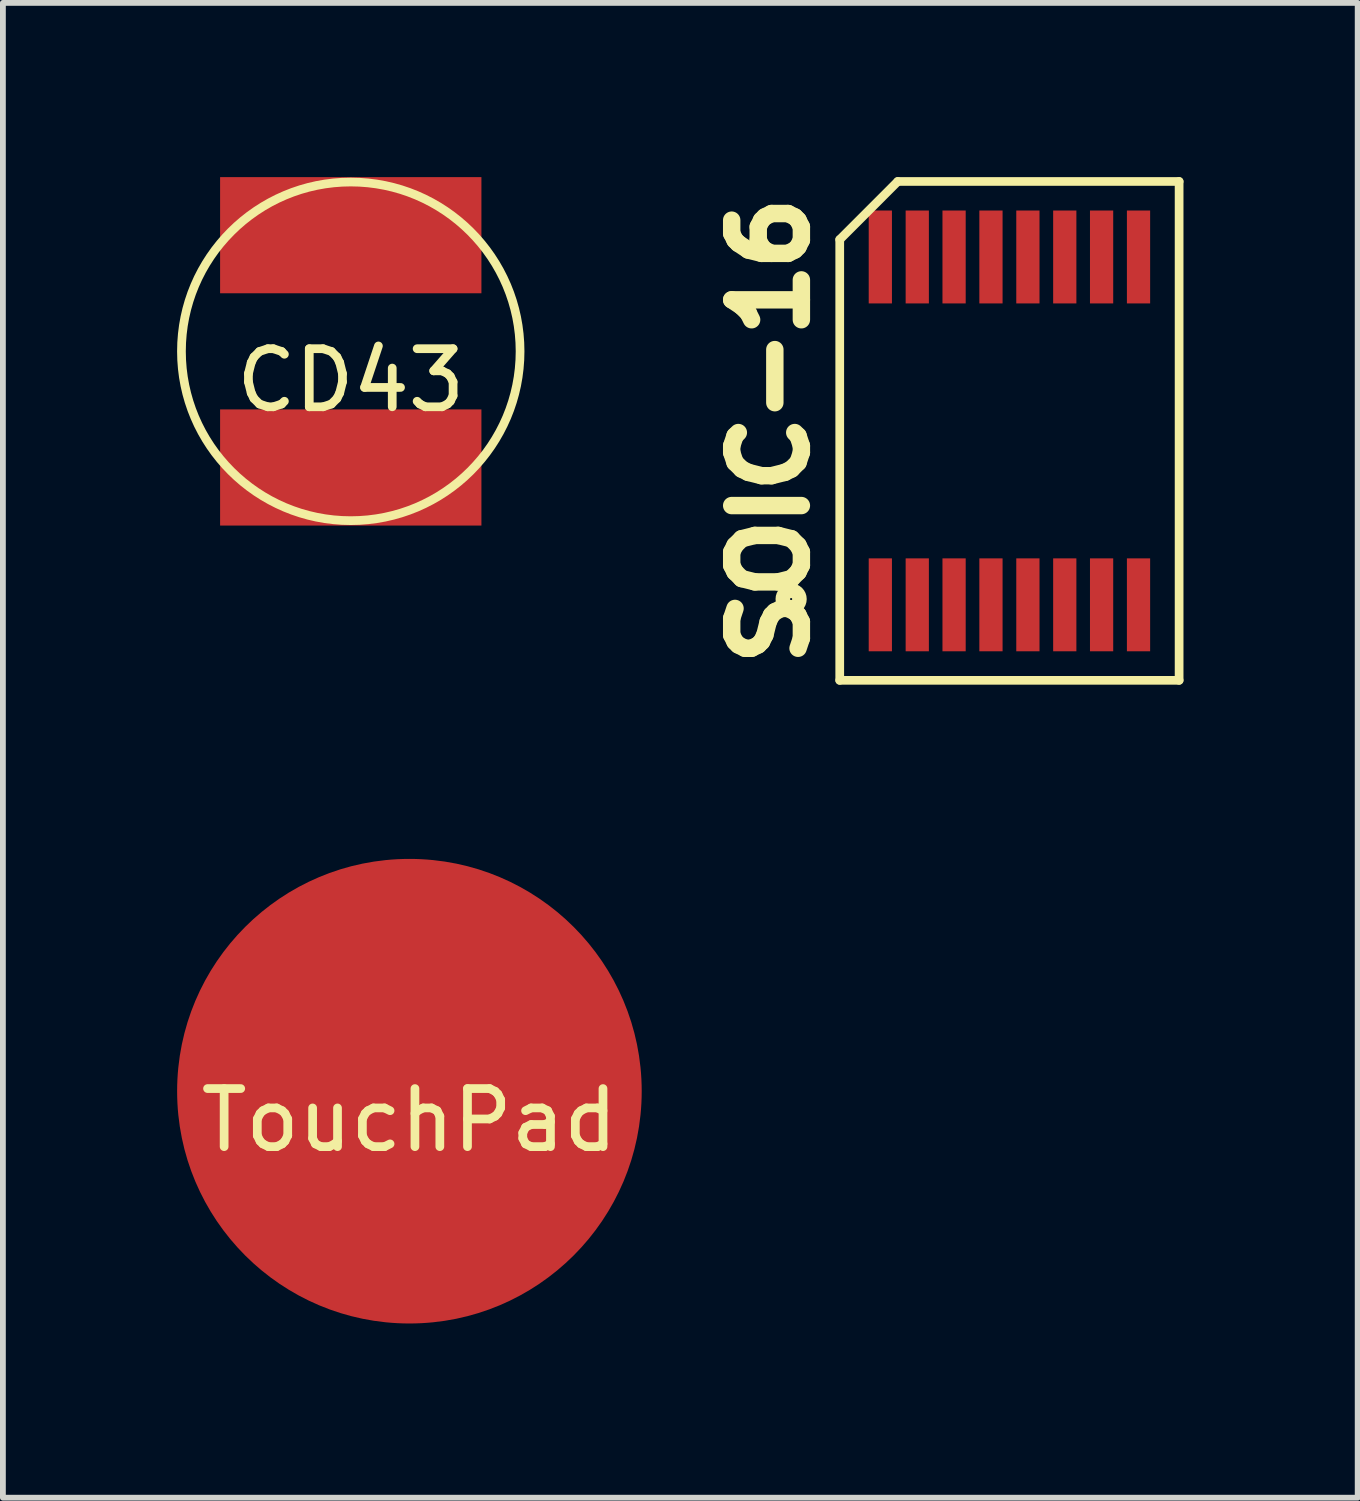
<source format=kicad_pcb>
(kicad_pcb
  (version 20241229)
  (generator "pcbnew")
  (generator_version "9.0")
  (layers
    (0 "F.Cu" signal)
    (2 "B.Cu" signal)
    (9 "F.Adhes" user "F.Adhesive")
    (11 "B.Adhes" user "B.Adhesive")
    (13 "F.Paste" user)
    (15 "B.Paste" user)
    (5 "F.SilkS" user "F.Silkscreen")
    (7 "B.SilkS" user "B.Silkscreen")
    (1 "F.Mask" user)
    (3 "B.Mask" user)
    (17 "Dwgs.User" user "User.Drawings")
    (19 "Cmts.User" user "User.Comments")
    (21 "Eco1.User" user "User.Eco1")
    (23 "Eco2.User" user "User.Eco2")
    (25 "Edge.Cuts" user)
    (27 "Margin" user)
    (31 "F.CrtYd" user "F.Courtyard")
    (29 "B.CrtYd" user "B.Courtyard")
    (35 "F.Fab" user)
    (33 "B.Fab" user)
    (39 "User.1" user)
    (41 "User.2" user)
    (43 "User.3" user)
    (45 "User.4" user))
  (footprint "SOIC-16"
    (layer "F.Cu")
    (at 14.332 4.37)
    (property "Reference" "SOIC-16" (at -4.122 0 90) (layer "F.SilkS") (effects (font (size 1.2 1.2) (thickness 0.3))))
    (attr through_hole)
    (fp_line (start -2.922 -3.295) (end -2.922 4.295) (stroke (width 0.15) (type solid)) (layer "F.SilkS"))
    (fp_line (start -2.922 4.295) (end 2.922 4.295) (stroke (width 0.15) (type solid)) (layer "F.SilkS"))
    (fp_line (start -1.923 -4.295) (end -2.922 -3.295) (stroke (width 0.15) (type solid)) (layer "F.SilkS"))
    (fp_line (start 2.922 -4.295) (end -1.923 -4.295) (stroke (width 0.15) (type solid)) (layer "F.SilkS"))
    (fp_line (start 2.922 4.295) (end 2.922 -4.295) (stroke (width 0.15) (type solid)) (layer "F.SilkS"))
    (fp_circle (center -3.759 2.896) (end -3.658 2.794) (stroke (width 0.25) (type solid)) (fill no) (layer "F.SilkS"))
    (pad "1" smd rect (at -2.223 2.995) (size 0.4 1.6) (layers "F.Cu" "F.Mask" "F.Paste"))
    (pad "2" smd rect (at -1.587 2.995) (size 0.4 1.6) (layers "F.Cu" "F.Mask" "F.Paste"))
    (pad "3" smd rect (at -0.953 2.995) (size 0.4 1.6) (layers "F.Cu" "F.Mask" "F.Paste"))
    (pad "4" smd rect (at -0.318 2.995) (size 0.4 1.6) (layers "F.Cu" "F.Mask" "F.Paste"))
    (pad "5" smd rect (at 0.318 2.995) (size 0.4 1.6) (layers "F.Cu" "F.Mask" "F.Paste"))
    (pad "6" smd rect (at 0.953 2.995) (size 0.4 1.6) (layers "F.Cu" "F.Mask" "F.Paste"))
    (pad "7" smd rect (at 1.587 2.995) (size 0.4 1.6) (layers "F.Cu" "F.Mask" "F.Paste"))
    (pad "8" smd rect (at 2.223 2.995) (size 0.4 1.6) (layers "F.Cu" "F.Mask" "F.Paste"))
    (pad "9" smd rect (at 2.223 -2.995) (size 0.4 1.6) (layers "F.Cu" "F.Mask" "F.Paste"))
    (pad "10" smd rect (at 1.587 -2.995) (size 0.4 1.6) (layers "F.Cu" "F.Mask" "F.Paste"))
    (pad "11" smd rect (at 0.953 -2.995) (size 0.4 1.6) (layers "F.Cu" "F.Mask" "F.Paste"))
    (pad "12" smd rect (at 0.318 -2.995) (size 0.4 1.6) (layers "F.Cu" "F.Mask" "F.Paste"))
    (pad "13" smd rect (at -0.318 -2.995) (size 0.4 1.6) (layers "F.Cu" "F.Mask" "F.Paste"))
    (pad "14" smd rect (at -0.953 -2.995) (size 0.4 1.6) (layers "F.Cu" "F.Mask" "F.Paste"))
    (pad "15" smd rect (at -1.587 -2.995) (size 0.4 1.6) (layers "F.Cu" "F.Mask" "F.Paste"))
    (pad "16" smd rect (at -2.223 -2.995) (size 0.4 1.6) (layers "F.Cu" "F.Mask" "F.Paste")))
  (footprint "TouchPad"
    (layer "F.Cu")
    (at 4 15.74)
    (property "Reference" "TouchPad" (at 0 0.5 0) (layer "F.SilkS") (effects (font (size 1 1) (thickness 0.15))))
    (attr through_hole)
    (pad "1" smd circle (at 0 0) (size 8 8) (layers "F.Cu")))
  (footprint "CD43"
    (layer "F.Cu")
    (at 2.99 3)
    (property "Reference" "CD43" (at 0 0.5 0) (layer "F.SilkS") (effects (font (size 1 1) (thickness 0.15))))
    (attr through_hole)
    (fp_circle (center 0 0) (end 2.5 1.5) (stroke (width 0.15) (type solid)) (fill no) (layer "F.SilkS"))
    (pad "1" smd rect (at 0 2) (size 4.5 2) (layers "F.Cu" "F.Mask" "F.Paste"))
    (pad "2" smd rect (at 0 -2) (size 4.5 2) (layers "F.Cu" "F.Mask" "F.Paste")))
  (gr_rect
    (start -3 -3)
    (end 20.329 22.74)
    (stroke (width 0.1) (type default))
    (fill no)
    (layer "Edge.Cuts")))
</source>
